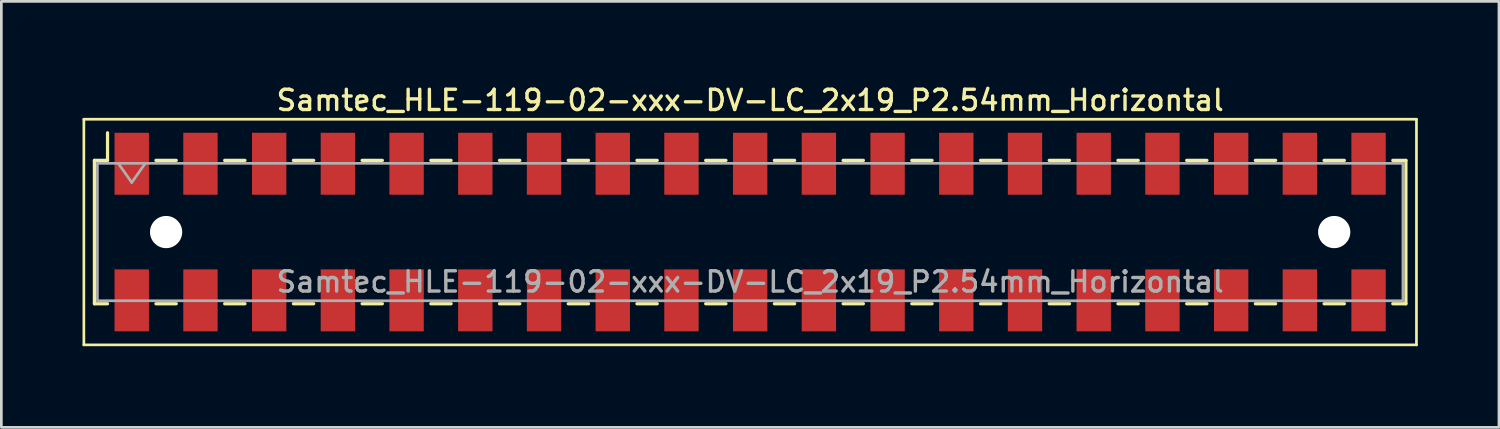
<source format=kicad_pcb>
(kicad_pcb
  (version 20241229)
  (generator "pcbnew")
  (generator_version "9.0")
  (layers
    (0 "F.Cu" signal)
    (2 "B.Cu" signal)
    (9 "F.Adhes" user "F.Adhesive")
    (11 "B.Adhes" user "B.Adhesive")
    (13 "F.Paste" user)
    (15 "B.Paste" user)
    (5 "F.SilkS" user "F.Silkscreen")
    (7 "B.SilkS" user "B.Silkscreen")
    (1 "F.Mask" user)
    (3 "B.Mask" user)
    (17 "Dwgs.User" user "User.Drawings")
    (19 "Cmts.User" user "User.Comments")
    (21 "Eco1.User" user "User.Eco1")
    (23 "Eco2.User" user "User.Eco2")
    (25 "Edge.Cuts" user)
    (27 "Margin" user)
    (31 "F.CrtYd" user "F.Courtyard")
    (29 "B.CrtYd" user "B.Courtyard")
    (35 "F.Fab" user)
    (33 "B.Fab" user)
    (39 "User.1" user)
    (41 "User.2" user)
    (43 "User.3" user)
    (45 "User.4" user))
  (footprint "Samtec_HLE-119-02-xxx-DV-LC_2x19_P2.54mm_Horizontal"
    (layer "F.Cu")
    (at 24.68 5.528)
    (property "Reference" "Samtec_HLE-119-02-xxx-DV-LC_2x19_P2.54mm_Horizontal" (at 0 -4.87 0) (layer "F.SilkS") (effects (font (size 0.75 0.75) (thickness 0.125))))
    (attr smd)
    (fp_line (start -24.63 -4.17) (end 24.63 -4.17) (stroke (width 0.1) (type solid)) (layer "F.SilkS"))
    (fp_line (start -24.63 4.17) (end -24.63 -4.17) (stroke (width 0.1) (type solid)) (layer "F.SilkS"))
    (fp_line (start -24.24 -2.65) (end -24.24 2.65) (stroke (width 0.12) (type solid)) (layer "F.SilkS"))
    (fp_line (start -24.24 2.65) (end -23.755 2.65) (stroke (width 0.12) (type solid)) (layer "F.SilkS"))
    (fp_line (start -23.755 -3.67) (end -23.755 -2.65) (stroke (width 0.12) (type solid)) (layer "F.SilkS"))
    (fp_line (start -23.755 -2.65) (end -24.24 -2.65) (stroke (width 0.12) (type solid)) (layer "F.SilkS"))
    (fp_line (start -21.965 -2.65) (end -21.215 -2.65) (stroke (width 0.12) (type solid)) (layer "F.SilkS"))
    (fp_line (start -21.965 2.65) (end -21.215 2.65) (stroke (width 0.12) (type solid)) (layer "F.SilkS"))
    (fp_line (start -19.425 -2.65) (end -18.675 -2.65) (stroke (width 0.12) (type solid)) (layer "F.SilkS"))
    (fp_line (start -19.425 2.65) (end -18.675 2.65) (stroke (width 0.12) (type solid)) (layer "F.SilkS"))
    (fp_line (start -16.885 -2.65) (end -16.135 -2.65) (stroke (width 0.12) (type solid)) (layer "F.SilkS"))
    (fp_line (start -16.885 2.65) (end -16.135 2.65) (stroke (width 0.12) (type solid)) (layer "F.SilkS"))
    (fp_line (start -14.345 -2.65) (end -13.595 -2.65) (stroke (width 0.12) (type solid)) (layer "F.SilkS"))
    (fp_line (start -14.345 2.65) (end -13.595 2.65) (stroke (width 0.12) (type solid)) (layer "F.SilkS"))
    (fp_line (start -11.805 -2.65) (end -11.055 -2.65) (stroke (width 0.12) (type solid)) (layer "F.SilkS"))
    (fp_line (start -11.805 2.65) (end -11.055 2.65) (stroke (width 0.12) (type solid)) (layer "F.SilkS"))
    (fp_line (start -9.265 -2.65) (end -8.515 -2.65) (stroke (width 0.12) (type solid)) (layer "F.SilkS"))
    (fp_line (start -9.265 2.65) (end -8.515 2.65) (stroke (width 0.12) (type solid)) (layer "F.SilkS"))
    (fp_line (start -6.725 -2.65) (end -5.975 -2.65) (stroke (width 0.12) (type solid)) (layer "F.SilkS"))
    (fp_line (start -6.725 2.65) (end -5.975 2.65) (stroke (width 0.12) (type solid)) (layer "F.SilkS"))
    (fp_line (start -4.185 -2.65) (end -3.435 -2.65) (stroke (width 0.12) (type solid)) (layer "F.SilkS"))
    (fp_line (start -4.185 2.65) (end -3.435 2.65) (stroke (width 0.12) (type solid)) (layer "F.SilkS"))
    (fp_line (start -1.645 -2.65) (end -0.895 -2.65) (stroke (width 0.12) (type solid)) (layer "F.SilkS"))
    (fp_line (start -1.645 2.65) (end -0.895 2.65) (stroke (width 0.12) (type solid)) (layer "F.SilkS"))
    (fp_line (start 0.895 -2.65) (end 1.645 -2.65) (stroke (width 0.12) (type solid)) (layer "F.SilkS"))
    (fp_line (start 0.895 2.65) (end 1.645 2.65) (stroke (width 0.12) (type solid)) (layer "F.SilkS"))
    (fp_line (start 3.435 -2.65) (end 4.185 -2.65) (stroke (width 0.12) (type solid)) (layer "F.SilkS"))
    (fp_line (start 3.435 2.65) (end 4.185 2.65) (stroke (width 0.12) (type solid)) (layer "F.SilkS"))
    (fp_line (start 5.975 -2.65) (end 6.725 -2.65) (stroke (width 0.12) (type solid)) (layer "F.SilkS"))
    (fp_line (start 5.975 2.65) (end 6.725 2.65) (stroke (width 0.12) (type solid)) (layer "F.SilkS"))
    (fp_line (start 8.515 -2.65) (end 9.265 -2.65) (stroke (width 0.12) (type solid)) (layer "F.SilkS"))
    (fp_line (start 8.515 2.65) (end 9.265 2.65) (stroke (width 0.12) (type solid)) (layer "F.SilkS"))
    (fp_line (start 11.055 -2.65) (end 11.805 -2.65) (stroke (width 0.12) (type solid)) (layer "F.SilkS"))
    (fp_line (start 11.055 2.65) (end 11.805 2.65) (stroke (width 0.12) (type solid)) (layer "F.SilkS"))
    (fp_line (start 13.595 -2.65) (end 14.345 -2.65) (stroke (width 0.12) (type solid)) (layer "F.SilkS"))
    (fp_line (start 13.595 2.65) (end 14.345 2.65) (stroke (width 0.12) (type solid)) (layer "F.SilkS"))
    (fp_line (start 16.135 -2.65) (end 16.885 -2.65) (stroke (width 0.12) (type solid)) (layer "F.SilkS"))
    (fp_line (start 16.135 2.65) (end 16.885 2.65) (stroke (width 0.12) (type solid)) (layer "F.SilkS"))
    (fp_line (start 18.675 -2.65) (end 19.425 -2.65) (stroke (width 0.12) (type solid)) (layer "F.SilkS"))
    (fp_line (start 18.675 2.65) (end 19.425 2.65) (stroke (width 0.12) (type solid)) (layer "F.SilkS"))
    (fp_line (start 21.215 -2.65) (end 21.965 -2.65) (stroke (width 0.12) (type solid)) (layer "F.SilkS"))
    (fp_line (start 21.215 2.65) (end 21.965 2.65) (stroke (width 0.12) (type solid)) (layer "F.SilkS"))
    (fp_line (start 23.755 -2.65) (end 24.24 -2.65) (stroke (width 0.12) (type solid)) (layer "F.SilkS"))
    (fp_line (start 24.24 -2.65) (end 24.24 2.65) (stroke (width 0.12) (type solid)) (layer "F.SilkS"))
    (fp_line (start 24.24 2.65) (end 23.755 2.65) (stroke (width 0.12) (type solid)) (layer "F.SilkS"))
    (fp_line (start 24.63 -4.17) (end 24.63 4.17) (stroke (width 0.1) (type solid)) (layer "F.SilkS"))
    (fp_line (start 24.63 4.17) (end -24.63 4.17) (stroke (width 0.1) (type solid)) (layer "F.SilkS"))
    (fp_line (start -24.13 -2.54) (end 24.13 -2.54) (stroke (width 0.1) (type solid)) (layer "F.Fab"))
    (fp_line (start -24.13 2.54) (end -24.13 -2.54) (stroke (width 0.1) (type solid)) (layer "F.Fab"))
    (fp_line (start -23.36 -2.54) (end -22.86 -1.833) (stroke (width 0.1) (type solid)) (layer "F.Fab"))
    (fp_line (start -22.86 -1.833) (end -22.36 -2.54) (stroke (width 0.1) (type solid)) (layer "F.Fab"))
    (fp_line (start 24.13 -2.54) (end 24.13 2.54) (stroke (width 0.1) (type solid)) (layer "F.Fab"))
    (fp_line (start 24.13 2.54) (end -24.13 2.54) (stroke (width 0.1) (type solid)) (layer "F.Fab"))
    (fp_text user "${REFERENCE}" (at 0 1.84 0) (layer "F.Fab") (effects (font (size 0.75 0.75) (thickness 0.125))))
    (pad "" np_thru_hole circle (at -21.59 0) (size 1.19 1.19) (drill 1.19) (layers "*.Cu" "*.Mask"))
    (pad "" np_thru_hole circle (at 21.59 0) (size 1.19 1.19) (drill 1.19) (layers "*.Cu" "*.Mask"))
    (pad "1" smd rect (at -22.86 -2.525) (size 1.27 2.29) (layers "F.Cu" "F.Mask" "F.Paste"))
    (pad "2" smd rect (at -22.86 2.525) (size 1.27 2.29) (layers "F.Cu" "F.Mask" "F.Paste"))
    (pad "3" smd rect (at -20.32 -2.525) (size 1.27 2.29) (layers "F.Cu" "F.Mask" "F.Paste"))
    (pad "4" smd rect (at -20.32 2.525) (size 1.27 2.29) (layers "F.Cu" "F.Mask" "F.Paste"))
    (pad "5" smd rect (at -17.78 -2.525) (size 1.27 2.29) (layers "F.Cu" "F.Mask" "F.Paste"))
    (pad "6" smd rect (at -17.78 2.525) (size 1.27 2.29) (layers "F.Cu" "F.Mask" "F.Paste"))
    (pad "7" smd rect (at -15.24 -2.525) (size 1.27 2.29) (layers "F.Cu" "F.Mask" "F.Paste"))
    (pad "8" smd rect (at -15.24 2.525) (size 1.27 2.29) (layers "F.Cu" "F.Mask" "F.Paste"))
    (pad "9" smd rect (at -12.7 -2.525) (size 1.27 2.29) (layers "F.Cu" "F.Mask" "F.Paste"))
    (pad "10" smd rect (at -12.7 2.525) (size 1.27 2.29) (layers "F.Cu" "F.Mask" "F.Paste"))
    (pad "11" smd rect (at -10.16 -2.525) (size 1.27 2.29) (layers "F.Cu" "F.Mask" "F.Paste"))
    (pad "12" smd rect (at -10.16 2.525) (size 1.27 2.29) (layers "F.Cu" "F.Mask" "F.Paste"))
    (pad "13" smd rect (at -7.62 -2.525) (size 1.27 2.29) (layers "F.Cu" "F.Mask" "F.Paste"))
    (pad "14" smd rect (at -7.62 2.525) (size 1.27 2.29) (layers "F.Cu" "F.Mask" "F.Paste"))
    (pad "15" smd rect (at -5.08 -2.525) (size 1.27 2.29) (layers "F.Cu" "F.Mask" "F.Paste"))
    (pad "16" smd rect (at -5.08 2.525) (size 1.27 2.29) (layers "F.Cu" "F.Mask" "F.Paste"))
    (pad "17" smd rect (at -2.54 -2.525) (size 1.27 2.29) (layers "F.Cu" "F.Mask" "F.Paste"))
    (pad "18" smd rect (at -2.54 2.525) (size 1.27 2.29) (layers "F.Cu" "F.Mask" "F.Paste"))
    (pad "19" smd rect (at 0 -2.525) (size 1.27 2.29) (layers "F.Cu" "F.Mask" "F.Paste"))
    (pad "20" smd rect (at 0 2.525) (size 1.27 2.29) (layers "F.Cu" "F.Mask" "F.Paste"))
    (pad "21" smd rect (at 2.54 -2.525) (size 1.27 2.29) (layers "F.Cu" "F.Mask" "F.Paste"))
    (pad "22" smd rect (at 2.54 2.525) (size 1.27 2.29) (layers "F.Cu" "F.Mask" "F.Paste"))
    (pad "23" smd rect (at 5.08 -2.525) (size 1.27 2.29) (layers "F.Cu" "F.Mask" "F.Paste"))
    (pad "24" smd rect (at 5.08 2.525) (size 1.27 2.29) (layers "F.Cu" "F.Mask" "F.Paste"))
    (pad "25" smd rect (at 7.62 -2.525) (size 1.27 2.29) (layers "F.Cu" "F.Mask" "F.Paste"))
    (pad "26" smd rect (at 7.62 2.525) (size 1.27 2.29) (layers "F.Cu" "F.Mask" "F.Paste"))
    (pad "27" smd rect (at 10.16 -2.525) (size 1.27 2.29) (layers "F.Cu" "F.Mask" "F.Paste"))
    (pad "28" smd rect (at 10.16 2.525) (size 1.27 2.29) (layers "F.Cu" "F.Mask" "F.Paste"))
    (pad "29" smd rect (at 12.7 -2.525) (size 1.27 2.29) (layers "F.Cu" "F.Mask" "F.Paste"))
    (pad "30" smd rect (at 12.7 2.525) (size 1.27 2.29) (layers "F.Cu" "F.Mask" "F.Paste"))
    (pad "31" smd rect (at 15.24 -2.525) (size 1.27 2.29) (layers "F.Cu" "F.Mask" "F.Paste"))
    (pad "32" smd rect (at 15.24 2.525) (size 1.27 2.29) (layers "F.Cu" "F.Mask" "F.Paste"))
    (pad "33" smd rect (at 17.78 -2.525) (size 1.27 2.29) (layers "F.Cu" "F.Mask" "F.Paste"))
    (pad "34" smd rect (at 17.78 2.525) (size 1.27 2.29) (layers "F.Cu" "F.Mask" "F.Paste"))
    (pad "35" smd rect (at 20.32 -2.525) (size 1.27 2.29) (layers "F.Cu" "F.Mask" "F.Paste"))
    (pad "36" smd rect (at 20.32 2.525) (size 1.27 2.29) (layers "F.Cu" "F.Mask" "F.Paste"))
    (pad "37" smd rect (at 22.86 -2.525) (size 1.27 2.29) (layers "F.Cu" "F.Mask" "F.Paste"))
    (pad "38" smd rect (at 22.86 2.525) (size 1.27 2.29) (layers "F.Cu" "F.Mask" "F.Paste")))
  (gr_rect
    (start -3 -3)
    (end 52.36 12.748)
    (stroke (width 0.1) (type default))
    (fill no)
    (layer "Edge.Cuts")))
</source>
